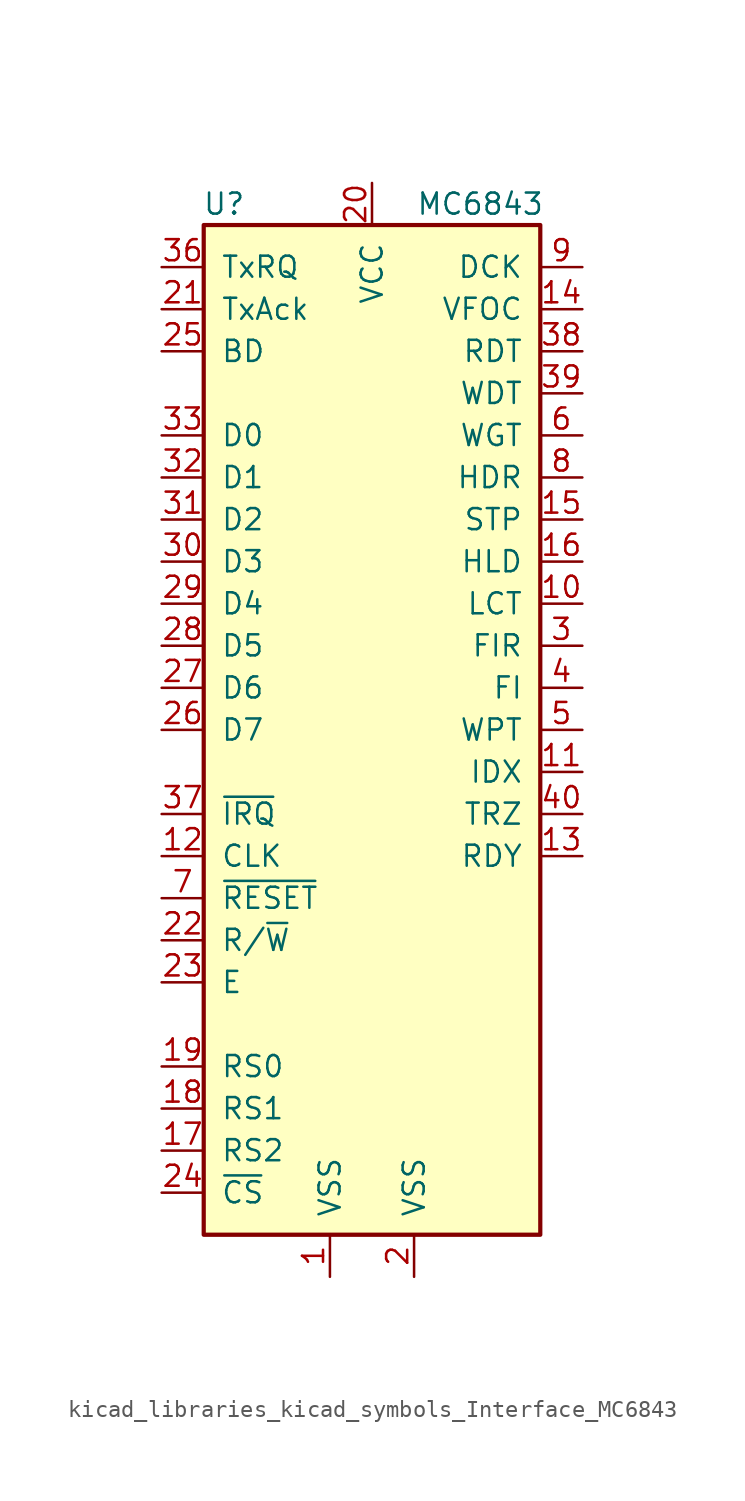
<source format=kicad_sym>
(kicad_symbol_lib
  (version 20220914)
  (generator kicad_symbol_editor)
  (symbol "kicad_libraries_kicad_symbols_Interface_MC6843"
    (pin_names
      (offset 1.016))
    (property "Reference" "U"
      (at -7.62 34.29 0)
      (effects (font (size 1.27 1.27)) (justify right)))
    (property "Value" "MC6843"
      (at 10.414 34.29 0)
      (effects (font (size 1.27 1.27)) (justify right)))
    (symbol "kicad_libraries_kicad_symbols_Interface_MC6843_0_1"
      (rectangle (start -10.16 -27.94) (end 10.16 33.02) (stroke (width 0.254) (type default)) (fill (type background))))
    (symbol "kicad_libraries_kicad_symbols_Interface_MC6843_1_1"
      (pin power_in line (at -2.54 -30.48 90) (length 2.54) (name "VSS" (effects (font (size 1.27 1.27)))) (number "1" (effects (font (size 1.27 1.27)))))
      (pin output line (at 12.7 10.16 180) (length 2.54) (name "LCT" (effects (font (size 1.27 1.27)))) (number "10" (effects (font (size 1.27 1.27)))))
      (pin input line (at 12.7 0 180) (length 2.54) (name "IDX" (effects (font (size 1.27 1.27)))) (number "11" (effects (font (size 1.27 1.27)))))
      (pin input line (at -12.7 -5.08 0) (length 2.54) (name "CLK" (effects (font (size 1.27 1.27)))) (number "12" (effects (font (size 1.27 1.27)))))
      (pin input line (at 12.7 -5.08 180) (length 2.54) (name "RDY" (effects (font (size 1.27 1.27)))) (number "13" (effects (font (size 1.27 1.27)))))
      (pin output line (at 12.7 27.94 180) (length 2.54) (name "VFOC" (effects (font (size 1.27 1.27)))) (number "14" (effects (font (size 1.27 1.27)))))
      (pin output line (at 12.7 15.24 180) (length 2.54) (name "STP" (effects (font (size 1.27 1.27)))) (number "15" (effects (font (size 1.27 1.27)))))
      (pin output line (at 12.7 12.7 180) (length 2.54) (name "HLD" (effects (font (size 1.27 1.27)))) (number "16" (effects (font (size 1.27 1.27)))))
      (pin input line (at -12.7 -22.86 0) (length 2.54) (name "RS2" (effects (font (size 1.27 1.27)))) (number "17" (effects (font (size 1.27 1.27)))))
      (pin input line (at -12.7 -20.32 0) (length 2.54) (name "RS1" (effects (font (size 1.27 1.27)))) (number "18" (effects (font (size 1.27 1.27)))))
      (pin input line (at -12.7 -17.78 0) (length 2.54) (name "RS0" (effects (font (size 1.27 1.27)))) (number "19" (effects (font (size 1.27 1.27)))))
      (pin power_in line (at 2.54 -30.48 90) (length 2.54) (name "VSS" (effects (font (size 1.27 1.27)))) (number "2" (effects (font (size 1.27 1.27)))))
      (pin power_in line (at 0 35.56 270) (length 2.54) (name "VCC" (effects (font (size 1.27 1.27)))) (number "20" (effects (font (size 1.27 1.27)))))
      (pin input line (at -12.7 27.94 0) (length 2.54) (name "TxAck" (effects (font (size 1.27 1.27)))) (number "21" (effects (font (size 1.27 1.27)))))
      (pin input line (at -12.7 -10.16 0) (length 2.54) (name "R/~{W}" (effects (font (size 1.27 1.27)))) (number "22" (effects (font (size 1.27 1.27)))))
      (pin input line (at -12.7 -12.7 0) (length 2.54) (name "E" (effects (font (size 1.27 1.27)))) (number "23" (effects (font (size 1.27 1.27)))))
      (pin input line (at -12.7 -25.4 0) (length 2.54) (name "~{CS}" (effects (font (size 1.27 1.27)))) (number "24" (effects (font (size 1.27 1.27)))))
      (pin output line (at -12.7 25.4 0) (length 2.54) (name "BD" (effects (font (size 1.27 1.27)))) (number "25" (effects (font (size 1.27 1.27)))))
      (pin bidirectional line (at -12.7 2.54 0) (length 2.54) (name "D7" (effects (font (size 1.27 1.27)))) (number "26" (effects (font (size 1.27 1.27)))))
      (pin bidirectional line (at -12.7 5.08 0) (length 2.54) (name "D6" (effects (font (size 1.27 1.27)))) (number "27" (effects (font (size 1.27 1.27)))))
      (pin bidirectional line (at -12.7 7.62 0) (length 2.54) (name "D5" (effects (font (size 1.27 1.27)))) (number "28" (effects (font (size 1.27 1.27)))))
      (pin bidirectional line (at -12.7 10.16 0) (length 2.54) (name "D4" (effects (font (size 1.27 1.27)))) (number "29" (effects (font (size 1.27 1.27)))))
      (pin output line (at 12.7 7.62 180) (length 2.54) (name "FIR" (effects (font (size 1.27 1.27)))) (number "3" (effects (font (size 1.27 1.27)))))
      (pin bidirectional line (at -12.7 12.7 0) (length 2.54) (name "D3" (effects (font (size 1.27 1.27)))) (number "30" (effects (font (size 1.27 1.27)))))
      (pin bidirectional line (at -12.7 15.24 0) (length 2.54) (name "D2" (effects (font (size 1.27 1.27)))) (number "31" (effects (font (size 1.27 1.27)))))
      (pin bidirectional line (at -12.7 17.78 0) (length 2.54) (name "D1" (effects (font (size 1.27 1.27)))) (number "32" (effects (font (size 1.27 1.27)))))
      (pin bidirectional line (at -12.7 20.32 0) (length 2.54) (name "D0" (effects (font (size 1.27 1.27)))) (number "33" (effects (font (size 1.27 1.27)))))
      (pin no_connect line (at 10.16 -17.78 180) (length 2.54) hide (name "NC" (effects (font (size 1.27 1.27)))) (number "34" (effects (font (size 1.27 1.27)))))
      (pin no_connect line (at 10.16 -20.32 180) (length 2.54) hide (name "NC" (effects (font (size 1.27 1.27)))) (number "35" (effects (font (size 1.27 1.27)))))
      (pin output line (at -12.7 30.48 0) (length 2.54) (name "TxRQ" (effects (font (size 1.27 1.27)))) (number "36" (effects (font (size 1.27 1.27)))))
      (pin open_collector line (at -12.7 -2.54 0) (length 2.54) (name "~{IRQ}" (effects (font (size 1.27 1.27)))) (number "37" (effects (font (size 1.27 1.27)))))
      (pin input line (at 12.7 25.4 180) (length 2.54) (name "RDT" (effects (font (size 1.27 1.27)))) (number "38" (effects (font (size 1.27 1.27)))))
      (pin output line (at 12.7 22.86 180) (length 2.54) (name "WDT" (effects (font (size 1.27 1.27)))) (number "39" (effects (font (size 1.27 1.27)))))
      (pin input line (at 12.7 5.08 180) (length 2.54) (name "FI" (effects (font (size 1.27 1.27)))) (number "4" (effects (font (size 1.27 1.27)))))
      (pin input line (at 12.7 -2.54 180) (length 2.54) (name "TRZ" (effects (font (size 1.27 1.27)))) (number "40" (effects (font (size 1.27 1.27)))))
      (pin input line (at 12.7 2.54 180) (length 2.54) (name "WPT" (effects (font (size 1.27 1.27)))) (number "5" (effects (font (size 1.27 1.27)))))
      (pin output line (at 12.7 20.32 180) (length 2.54) (name "WGT" (effects (font (size 1.27 1.27)))) (number "6" (effects (font (size 1.27 1.27)))))
      (pin input line (at -12.7 -7.62 0) (length 2.54) (name "~{RESET}" (effects (font (size 1.27 1.27)))) (number "7" (effects (font (size 1.27 1.27)))))
      (pin output line (at 12.7 17.78 180) (length 2.54) (name "HDR" (effects (font (size 1.27 1.27)))) (number "8" (effects (font (size 1.27 1.27)))))
      (pin input line (at 12.7 30.48 180) (length 2.54) (name "DCK" (effects (font (size 1.27 1.27)))) (number "9" (effects (font (size 1.27 1.27))))))))
</source>
